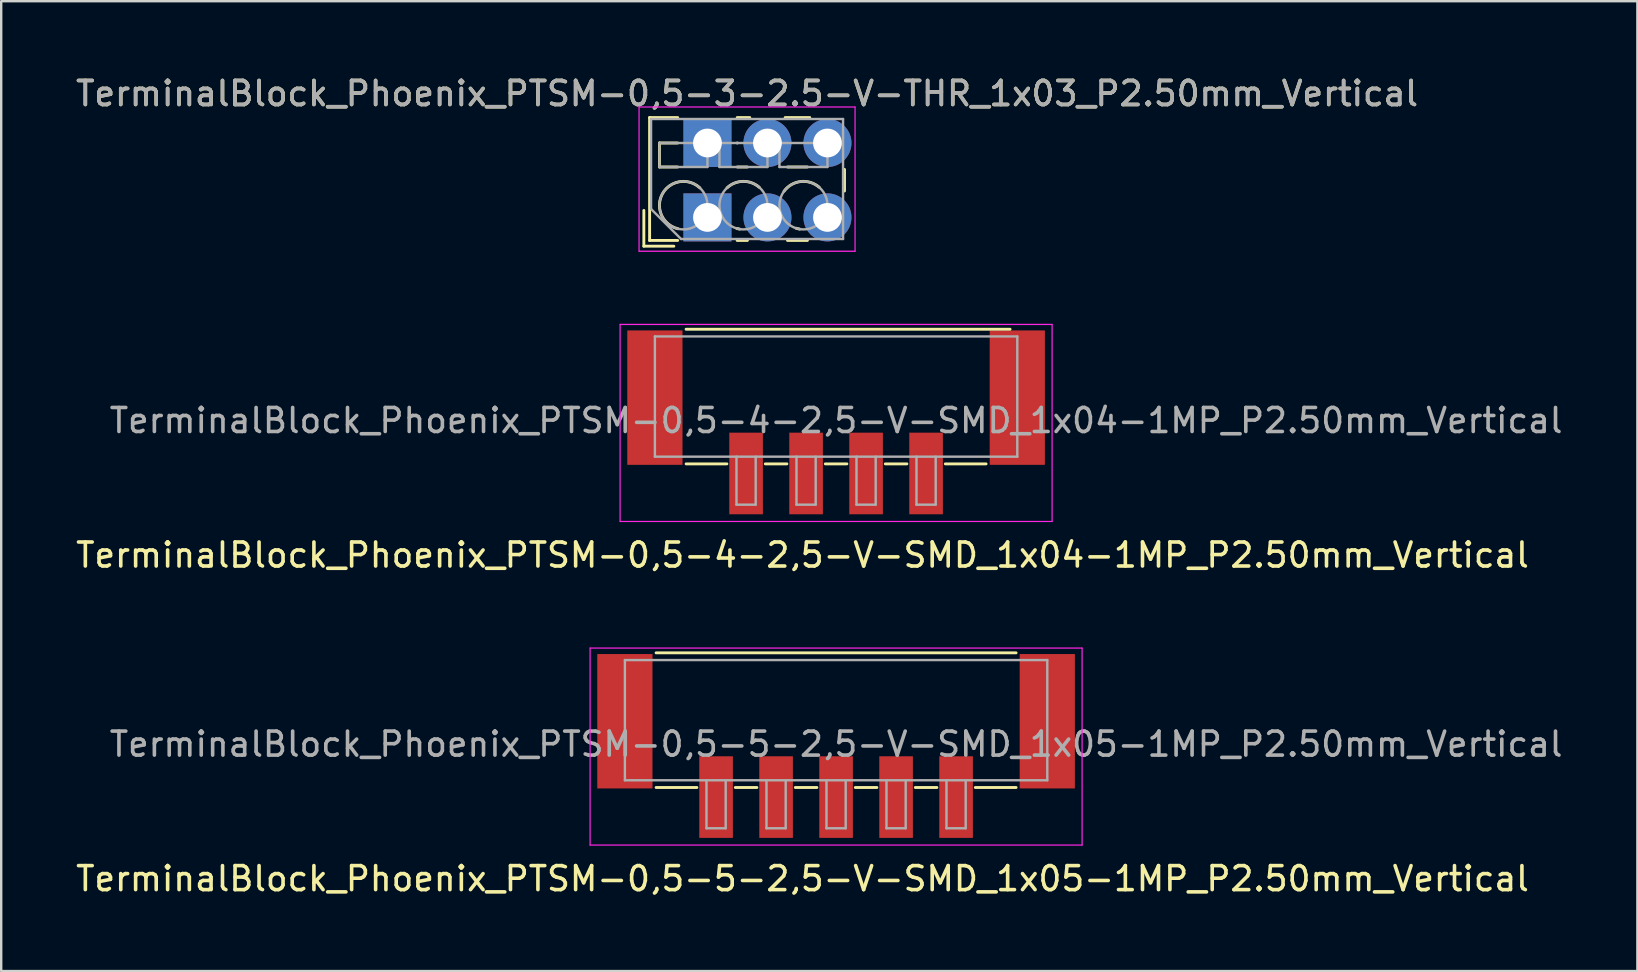
<source format=kicad_pcb>
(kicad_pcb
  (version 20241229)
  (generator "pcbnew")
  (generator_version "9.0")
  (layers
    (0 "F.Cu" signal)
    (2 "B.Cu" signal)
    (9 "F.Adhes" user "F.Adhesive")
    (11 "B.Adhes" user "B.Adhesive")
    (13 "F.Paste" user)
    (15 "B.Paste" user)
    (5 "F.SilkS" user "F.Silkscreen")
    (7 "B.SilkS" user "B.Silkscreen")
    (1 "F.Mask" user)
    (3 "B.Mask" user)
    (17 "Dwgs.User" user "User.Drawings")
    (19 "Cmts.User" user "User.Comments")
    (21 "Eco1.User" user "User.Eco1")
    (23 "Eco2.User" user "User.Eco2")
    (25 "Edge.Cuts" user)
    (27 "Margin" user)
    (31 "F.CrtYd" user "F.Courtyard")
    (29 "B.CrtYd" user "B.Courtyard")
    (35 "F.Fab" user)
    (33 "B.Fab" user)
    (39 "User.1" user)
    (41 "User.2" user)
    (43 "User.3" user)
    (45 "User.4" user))
  (footprint "TerminalBlock_Phoenix_PTSM-0,5-3-2.5-V-THR_1x03_P2.50mm_Vertical"
    (layer "F.Cu")
    (at 26.427 6.008)
    (property "Reference" "TerminalBlock_Phoenix_PTSM-0,5-3-2.5-V-THR_1x03_P2.50mm_Vertical" (at 1.65 -5.16 0) (layer "F.SilkS") (effects (font (size 1 1) (thickness 0.15))))
    (attr through_hole)
    (fp_line (start -2.65 -0.29) (end -2.65 1.2) (stroke (width 0.12) (type solid)) (layer "F.SilkS"))
    (fp_line (start -2.65 1.2) (end -1.4 1.2) (stroke (width 0.12) (type solid)) (layer "F.SilkS"))
    (fp_line (start -2.41 -4.16) (end -2.41 0.961) (stroke (width 0.12) (type solid)) (layer "F.SilkS"))
    (fp_line (start -2.41 -4.16) (end -1.24 -4.16) (stroke (width 0.12) (type solid)) (layer "F.SilkS"))
    (fp_line (start -2.41 0.961) (end -1.24 0.961) (stroke (width 0.12) (type solid)) (layer "F.SilkS"))
    (fp_line (start -2 -3.1) (end -2 -2.1) (stroke (width 0.12) (type solid)) (layer "F.SilkS"))
    (fp_line (start -2 -3.1) (end -1.24 -3.1) (stroke (width 0.12) (type solid)) (layer "F.SilkS"))
    (fp_line (start -2 -2.1) (end -1.24 -2.1) (stroke (width 0.12) (type solid)) (layer "F.SilkS"))
    (fp_line (start 1.24 -4.16) (end 1.763 -4.16) (stroke (width 0.12) (type solid)) (layer "F.SilkS"))
    (fp_line (start 1.24 -3.1) (end 1.245 -3.1) (stroke (width 0.12) (type solid)) (layer "F.SilkS"))
    (fp_line (start 1.24 -2.1) (end 1.665 -2.1) (stroke (width 0.12) (type solid)) (layer "F.SilkS"))
    (fp_line (start 1.24 0.961) (end 1.665 0.961) (stroke (width 0.12) (type solid)) (layer "F.SilkS"))
    (fp_line (start 3.238 -4.16) (end 4.263 -4.16) (stroke (width 0.12) (type solid)) (layer "F.SilkS"))
    (fp_line (start 3.336 -2.1) (end 4.165 -2.1) (stroke (width 0.12) (type solid)) (layer "F.SilkS"))
    (fp_line (start 3.336 0.961) (end 4.165 0.961) (stroke (width 0.12) (type solid)) (layer "F.SilkS"))
    (fp_line (start 5.71 -2) (end 5.71 -1.1) (stroke (width 0.12) (type solid)) (layer "F.SilkS"))
    (fp_arc (start -1.224629 0.474931) (mid -1.883573 -0.969306) (end -0.318 -1.232) (stroke (width 0.12) (type solid)) (layer "F.SilkS"))
    (fp_arc (start 0.817811 -1.23232) (mid 1.483053 -1.500693) (end 2.157 -1.255) (stroke (width 0.12) (type solid)) (layer "F.SilkS"))
    (fp_arc (start 1.344288 0.488343) (mid 1.284242 0.476994) (end 1.225 0.462) (stroke (width 0.12) (type solid)) (layer "F.SilkS"))
    (fp_arc (start 3.190612 -1.088697) (mid 3.887218 -1.494461) (end 4.657 -1.255) (stroke (width 0.12) (type solid)) (layer "F.SilkS"))
    (fp_arc (start 3.84373 0.488618) (mid 3.766646 0.47331) (end 3.691 0.452) (stroke (width 0.12) (type solid)) (layer "F.SilkS"))
    (fp_line (start -2.85 -4.6) (end -2.85 1.41) (stroke (width 0.05) (type solid)) (layer "F.CrtYd"))
    (fp_line (start -2.85 1.41) (end 6.15 1.41) (stroke (width 0.05) (type solid)) (layer "F.CrtYd"))
    (fp_line (start 6.15 -4.6) (end -2.85 -4.6) (stroke (width 0.05) (type solid)) (layer "F.CrtYd"))
    (fp_line (start 6.15 1.41) (end 6.15 -4.6) (stroke (width 0.05) (type solid)) (layer "F.CrtYd"))
    (fp_line (start -2.35 -4.1) (end 5.65 -4.1) (stroke (width 0.1) (type solid)) (layer "F.Fab"))
    (fp_line (start -2.35 -0.35) (end -2.35 -4.1) (stroke (width 0.1) (type solid)) (layer "F.Fab"))
    (fp_line (start -2 -3.1) (end -2 -2.1) (stroke (width 0.1) (type solid)) (layer "F.Fab"))
    (fp_line (start -2 -2.1) (end 0 -2.1) (stroke (width 0.1) (type solid)) (layer "F.Fab"))
    (fp_line (start -1.1 0.9) (end -2.35 -0.35) (stroke (width 0.1) (type solid)) (layer "F.Fab"))
    (fp_line (start 0 -3.1) (end -2 -3.1) (stroke (width 0.1) (type solid)) (layer "F.Fab"))
    (fp_line (start 0 -2.1) (end 0 -3.1) (stroke (width 0.1) (type solid)) (layer "F.Fab"))
    (fp_line (start 0.5 -3.1) (end 0.5 -2.1) (stroke (width 0.1) (type solid)) (layer "F.Fab"))
    (fp_line (start 0.5 -2.1) (end 2.5 -2.1) (stroke (width 0.1) (type solid)) (layer "F.Fab"))
    (fp_line (start 2.5 -3.1) (end 0.5 -3.1) (stroke (width 0.1) (type solid)) (layer "F.Fab"))
    (fp_line (start 2.5 -2.1) (end 2.5 -3.1) (stroke (width 0.1) (type solid)) (layer "F.Fab"))
    (fp_line (start 3 -3.1) (end 3 -2.1) (stroke (width 0.1) (type solid)) (layer "F.Fab"))
    (fp_line (start 3 -2.1) (end 5 -2.1) (stroke (width 0.1) (type solid)) (layer "F.Fab"))
    (fp_line (start 5 -3.1) (end 3 -3.1) (stroke (width 0.1) (type solid)) (layer "F.Fab"))
    (fp_line (start 5 -2.1) (end 5 -3.1) (stroke (width 0.1) (type solid)) (layer "F.Fab"))
    (fp_line (start 5.65 -4.1) (end 5.65 0.9) (stroke (width 0.1) (type solid)) (layer "F.Fab"))
    (fp_line (start 5.65 0.9) (end -1.1 0.9) (stroke (width 0.1) (type solid)) (layer "F.Fab"))
    (fp_circle (center -1 -0.5) (end 0 -0.5) (stroke (width 0.1) (type solid)) (fill no) (layer "F.Fab"))
    (fp_circle (center 1.5 -0.5) (end 2.5 -0.5) (stroke (width 0.1) (type solid)) (fill no) (layer "F.Fab"))
    (fp_circle (center 4 -0.5) (end 5 -0.5) (stroke (width 0.1) (type solid)) (fill no) (layer "F.Fab"))
    (fp_text user "${REFERENCE}" (at 1.65 -5.16 0) (layer "F.Fab") (effects (font (size 1 1) (thickness 0.15))))
    (pad "1" thru_hole rect (at 0 -3.1) (size 2 2) (drill 1.2) (layers "*.Cu" "*.Mask"))
    (pad "1" thru_hole rect (at 0 0) (size 2 2) (drill 1.2) (layers "*.Cu" "*.Mask"))
    (pad "2" thru_hole circle (at 2.5 -3.1) (size 2 2) (drill 1.2) (layers "*.Cu" "*.Mask"))
    (pad "2" thru_hole circle (at 2.5 0) (size 2 2) (drill 1.2) (layers "*.Cu" "*.Mask"))
    (pad "3" thru_hole circle (at 5 -3.1) (size 2 2) (drill 1.2) (layers "*.Cu" "*.Mask"))
    (pad "3" thru_hole circle (at 5 0) (size 2 2) (drill 1.2) (layers "*.Cu" "*.Mask")))
  (footprint "TerminalBlock_Phoenix_PTSM-0,5-5-2,5-V-SMD_1x05-1MP_P2.50mm_Vertical"
    (layer "F.Cu")
    (at 31.787 28.032)
    (property "Reference" "TerminalBlock_Phoenix_PTSM-0,5-5-2,5-V-SMD_1x05-1MP_P2.50mm_Vertical" (at -1.4 5.53 0) (layer "F.SilkS") (effects (font (size 1 1) (thickness 0.15))))
    (attr smd)
    (fp_line (start -7.5 -3.88) (end 7.5 -3.88) (stroke (width 0.12) (type solid)) (layer "F.SilkS"))
    (fp_line (start -5.8 1.73) (end -7.5 1.73) (stroke (width 0.12) (type solid)) (layer "F.SilkS"))
    (fp_line (start -3.3 1.73) (end -4.2 1.73) (stroke (width 0.12) (type solid)) (layer "F.SilkS"))
    (fp_line (start -0.8 1.73) (end -1.7 1.73) (stroke (width 0.12) (type solid)) (layer "F.SilkS"))
    (fp_line (start 1.7 1.73) (end 0.8 1.73) (stroke (width 0.12) (type solid)) (layer "F.SilkS"))
    (fp_line (start 4.2 1.73) (end 3.3 1.73) (stroke (width 0.12) (type solid)) (layer "F.SilkS"))
    (fp_line (start 7.5 1.73) (end 5.8 1.73) (stroke (width 0.12) (type solid)) (layer "F.SilkS"))
    (fp_line (start -10.25 -4.08) (end 10.25 -4.08) (stroke (width 0.05) (type solid)) (layer "F.CrtYd"))
    (fp_line (start -10.25 4.13) (end -10.25 -4.08) (stroke (width 0.05) (type solid)) (layer "F.CrtYd"))
    (fp_line (start 10.25 -4.08) (end 10.25 4.13) (stroke (width 0.05) (type solid)) (layer "F.CrtYd"))
    (fp_line (start 10.25 4.13) (end -10.25 4.13) (stroke (width 0.05) (type solid)) (layer "F.CrtYd"))
    (fp_line (start -8.8 -3.58) (end 8.8 -3.58) (stroke (width 0.1) (type solid)) (layer "F.Fab"))
    (fp_line (start -8.8 1.43) (end -8.8 -3.58) (stroke (width 0.1) (type solid)) (layer "F.Fab"))
    (fp_line (start -5.4 1.43) (end -5.4 3.43) (stroke (width 0.1) (type solid)) (layer "F.Fab"))
    (fp_line (start -5.4 3.43) (end -4.6 3.43) (stroke (width 0.1) (type solid)) (layer "F.Fab"))
    (fp_line (start -4.6 1.43) (end -4.6 3.43) (stroke (width 0.1) (type solid)) (layer "F.Fab"))
    (fp_line (start -2.9 1.43) (end -2.9 3.43) (stroke (width 0.1) (type solid)) (layer "F.Fab"))
    (fp_line (start -2.9 3.43) (end -2.1 3.43) (stroke (width 0.1) (type solid)) (layer "F.Fab"))
    (fp_line (start -2.1 1.43) (end -2.1 3.43) (stroke (width 0.1) (type solid)) (layer "F.Fab"))
    (fp_line (start -0.4 1.43) (end -0.4 3.43) (stroke (width 0.1) (type solid)) (layer "F.Fab"))
    (fp_line (start -0.4 3.43) (end 0.4 3.43) (stroke (width 0.1) (type solid)) (layer "F.Fab"))
    (fp_line (start 0.4 1.43) (end 0.4 3.43) (stroke (width 0.1) (type solid)) (layer "F.Fab"))
    (fp_line (start 2.1 1.43) (end 2.1 3.43) (stroke (width 0.1) (type solid)) (layer "F.Fab"))
    (fp_line (start 2.1 3.43) (end 2.9 3.43) (stroke (width 0.1) (type solid)) (layer "F.Fab"))
    (fp_line (start 2.9 1.43) (end 2.9 3.43) (stroke (width 0.1) (type solid)) (layer "F.Fab"))
    (fp_line (start 4.6 1.43) (end 4.6 3.43) (stroke (width 0.1) (type solid)) (layer "F.Fab"))
    (fp_line (start 4.6 3.43) (end 5.4 3.43) (stroke (width 0.1) (type solid)) (layer "F.Fab"))
    (fp_line (start 5.4 1.43) (end 5.4 3.43) (stroke (width 0.1) (type solid)) (layer "F.Fab"))
    (fp_line (start 8.8 1.43) (end -8.8 1.43) (stroke (width 0.1) (type solid)) (layer "F.Fab"))
    (fp_line (start 8.8 1.43) (end 8.8 -3.58) (stroke (width 0.1) (type solid)) (layer "F.Fab"))
    (fp_text user "${REFERENCE}" (at 0 -0.075 0) (layer "F.Fab") (effects (font (size 1 1) (thickness 0.15))))
    (pad "1" smd rect (at -5 2.13 180) (size 1.4 3.4) (layers "F.Cu" "F.Mask" "F.Paste"))
    (pad "2" smd rect (at -2.5 2.13 180) (size 1.4 3.4) (layers "F.Cu" "F.Mask" "F.Paste"))
    (pad "3" smd rect (at 0 2.13 180) (size 1.4 3.4) (layers "F.Cu" "F.Mask" "F.Paste"))
    (pad "4" smd rect (at 2.5 2.13 180) (size 1.4 3.4) (layers "F.Cu" "F.Mask" "F.Paste"))
    (pad "5" smd rect (at 5 2.13 180) (size 1.4 3.4) (layers "F.Cu" "F.Mask" "F.Paste"))
    (pad "MP" smd rect (at -8.8 -1.03 180) (size 2.3 5.6) (layers "F.Cu" "F.Mask" "F.Paste"))
    (pad "MP" smd rect (at 8.8 -1.03 180) (size 2.3 5.6) (layers "F.Cu" "F.Mask" "F.Paste")))
  (footprint "TerminalBlock_Phoenix_PTSM-0,5-4-2,5-V-SMD_1x04-1MP_P2.50mm_Vertical"
    (layer "F.Cu")
    (at 31.787 14.548)
    (property "Reference" "TerminalBlock_Phoenix_PTSM-0,5-4-2,5-V-SMD_1x04-1MP_P2.50mm_Vertical" (at -1.4 5.53 0) (layer "F.SilkS") (effects (font (size 1 1) (thickness 0.15))))
    (attr smd)
    (fp_line (start -6.25 -3.88) (end 7.25 -3.88) (stroke (width 0.12) (type solid)) (layer "F.SilkS"))
    (fp_line (start -4.55 1.73) (end -6.25 1.73) (stroke (width 0.12) (type solid)) (layer "F.SilkS"))
    (fp_line (start -2.05 1.73) (end -2.95 1.73) (stroke (width 0.12) (type solid)) (layer "F.SilkS"))
    (fp_line (start 0.45 1.73) (end -0.45 1.73) (stroke (width 0.12) (type solid)) (layer "F.SilkS"))
    (fp_line (start 2.95 1.73) (end 2.05 1.73) (stroke (width 0.12) (type solid)) (layer "F.SilkS"))
    (fp_line (start 6.25 1.73) (end 4.55 1.73) (stroke (width 0.12) (type solid)) (layer "F.SilkS"))
    (fp_line (start -9 -4.08) (end 9 -4.08) (stroke (width 0.05) (type solid)) (layer "F.CrtYd"))
    (fp_line (start -9 4.13) (end -9 -4.08) (stroke (width 0.05) (type solid)) (layer "F.CrtYd"))
    (fp_line (start 9 -4.08) (end 9 4.13) (stroke (width 0.05) (type solid)) (layer "F.CrtYd"))
    (fp_line (start 9 4.13) (end -9 4.13) (stroke (width 0.05) (type solid)) (layer "F.CrtYd"))
    (fp_line (start -7.55 -3.58) (end 7.55 -3.58) (stroke (width 0.1) (type solid)) (layer "F.Fab"))
    (fp_line (start -7.55 1.43) (end -7.55 -3.58) (stroke (width 0.1) (type solid)) (layer "F.Fab"))
    (fp_line (start -4.15 1.43) (end -4.15 3.43) (stroke (width 0.1) (type solid)) (layer "F.Fab"))
    (fp_line (start -4.15 3.43) (end -3.35 3.43) (stroke (width 0.1) (type solid)) (layer "F.Fab"))
    (fp_line (start -3.35 1.43) (end -3.35 3.43) (stroke (width 0.1) (type solid)) (layer "F.Fab"))
    (fp_line (start -1.65 1.43) (end -1.65 3.43) (stroke (width 0.1) (type solid)) (layer "F.Fab"))
    (fp_line (start -1.65 3.43) (end -0.85 3.43) (stroke (width 0.1) (type solid)) (layer "F.Fab"))
    (fp_line (start -0.85 1.43) (end -0.85 3.43) (stroke (width 0.1) (type solid)) (layer "F.Fab"))
    (fp_line (start 0.85 1.43) (end 0.85 3.43) (stroke (width 0.1) (type solid)) (layer "F.Fab"))
    (fp_line (start 0.85 3.43) (end 1.65 3.43) (stroke (width 0.1) (type solid)) (layer "F.Fab"))
    (fp_line (start 1.65 1.43) (end 1.65 3.43) (stroke (width 0.1) (type solid)) (layer "F.Fab"))
    (fp_line (start 3.35 1.43) (end 3.35 3.43) (stroke (width 0.1) (type solid)) (layer "F.Fab"))
    (fp_line (start 3.35 3.43) (end 4.15 3.43) (stroke (width 0.1) (type solid)) (layer "F.Fab"))
    (fp_line (start 4.15 1.43) (end 4.15 3.43) (stroke (width 0.1) (type solid)) (layer "F.Fab"))
    (fp_line (start 7.55 1.43) (end -7.55 1.43) (stroke (width 0.1) (type solid)) (layer "F.Fab"))
    (fp_line (start 7.55 1.43) (end 7.55 -3.58) (stroke (width 0.1) (type solid)) (layer "F.Fab"))
    (fp_text user "${REFERENCE}" (at 0 -0.075 0) (layer "F.Fab") (effects (font (size 1 1) (thickness 0.15))))
    (pad "1" smd rect (at -3.75 2.13 180) (size 1.4 3.4) (layers "F.Cu" "F.Mask" "F.Paste"))
    (pad "2" smd rect (at -1.25 2.13 180) (size 1.4 3.4) (layers "F.Cu" "F.Mask" "F.Paste"))
    (pad "3" smd rect (at 1.25 2.13 180) (size 1.4 3.4) (layers "F.Cu" "F.Mask" "F.Paste"))
    (pad "4" smd rect (at 3.75 2.13 180) (size 1.4 3.4) (layers "F.Cu" "F.Mask" "F.Paste"))
    (pad "MP" smd rect (at -7.55 -1.03 180) (size 2.3 5.6) (layers "F.Cu" "F.Mask" "F.Paste"))
    (pad "MP" smd rect (at 7.55 -1.03 180) (size 2.3 5.6) (layers "F.Cu" "F.Mask" "F.Paste")))
  (gr_rect
    (start -3 -3)
    (end 65.174 37.41)
    (stroke (width 0.1) (type default))
    (fill no)
    (layer "Edge.Cuts")))
</source>
